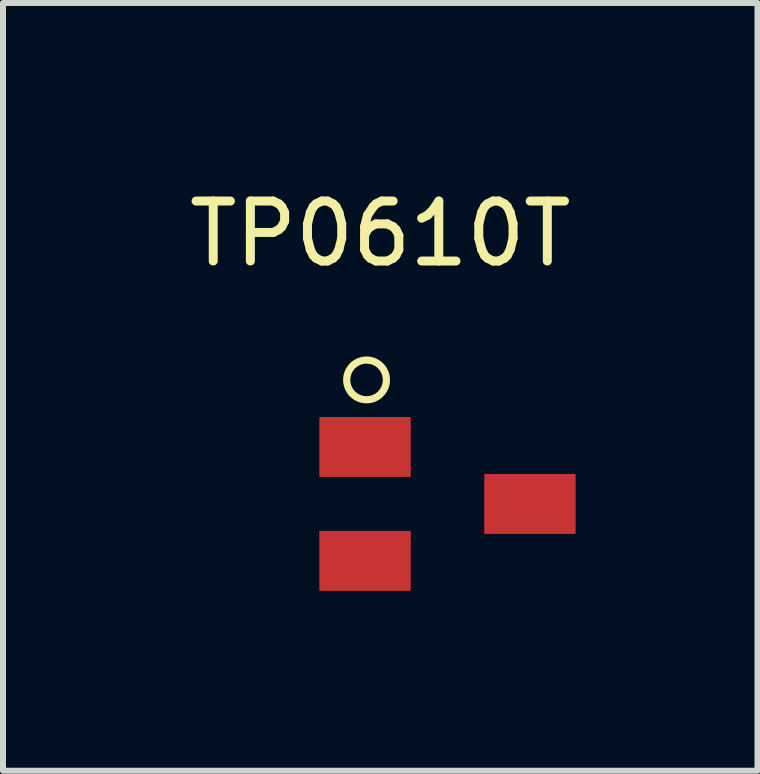
<source format=kicad_pcb>
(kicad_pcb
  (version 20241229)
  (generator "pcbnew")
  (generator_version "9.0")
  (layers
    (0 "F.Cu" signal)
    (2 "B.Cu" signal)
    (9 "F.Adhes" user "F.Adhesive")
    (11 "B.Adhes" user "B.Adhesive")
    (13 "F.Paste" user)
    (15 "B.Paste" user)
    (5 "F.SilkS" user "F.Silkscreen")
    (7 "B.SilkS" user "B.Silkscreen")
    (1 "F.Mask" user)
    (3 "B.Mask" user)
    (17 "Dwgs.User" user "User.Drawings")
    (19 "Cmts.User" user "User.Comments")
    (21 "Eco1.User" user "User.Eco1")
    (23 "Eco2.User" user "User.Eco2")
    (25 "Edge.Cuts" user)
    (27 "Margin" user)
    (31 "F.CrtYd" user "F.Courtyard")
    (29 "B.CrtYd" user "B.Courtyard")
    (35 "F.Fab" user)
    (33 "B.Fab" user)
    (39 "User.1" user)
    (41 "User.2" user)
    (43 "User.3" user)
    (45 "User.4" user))
  (footprint "TP0610T"
    (layer "F.Cu")
    (at 3.038 4.404)
    (property "Reference" "TP0610T" (at 0.254 -3.556 0) (layer "F.SilkS") (effects (font (size 1 1) (thickness 0.15))))
    (attr through_hole)
    (fp_circle (center 0.025 -1.118) (end 0.356 -1.118) (stroke (width 0.12) (type solid)) (fill no) (layer "F.SilkS"))
    (pad "1" smd rect (at 0 0) (size 1.524 1) (layers "F.Cu" "F.Mask" "F.Paste"))
    (pad "2" smd rect (at 0 1.9) (size 1.524 1) (layers "F.Cu" "F.Mask" "F.Paste"))
    (pad "3" smd rect (at 2.75 0.95) (size 1.524 1) (layers "F.Cu" "F.Mask" "F.Paste")))
  (gr_rect
    (start -3 -3)
    (end 9.583 9.804)
    (stroke (width 0.1) (type default))
    (fill no)
    (layer "Edge.Cuts")))
</source>
